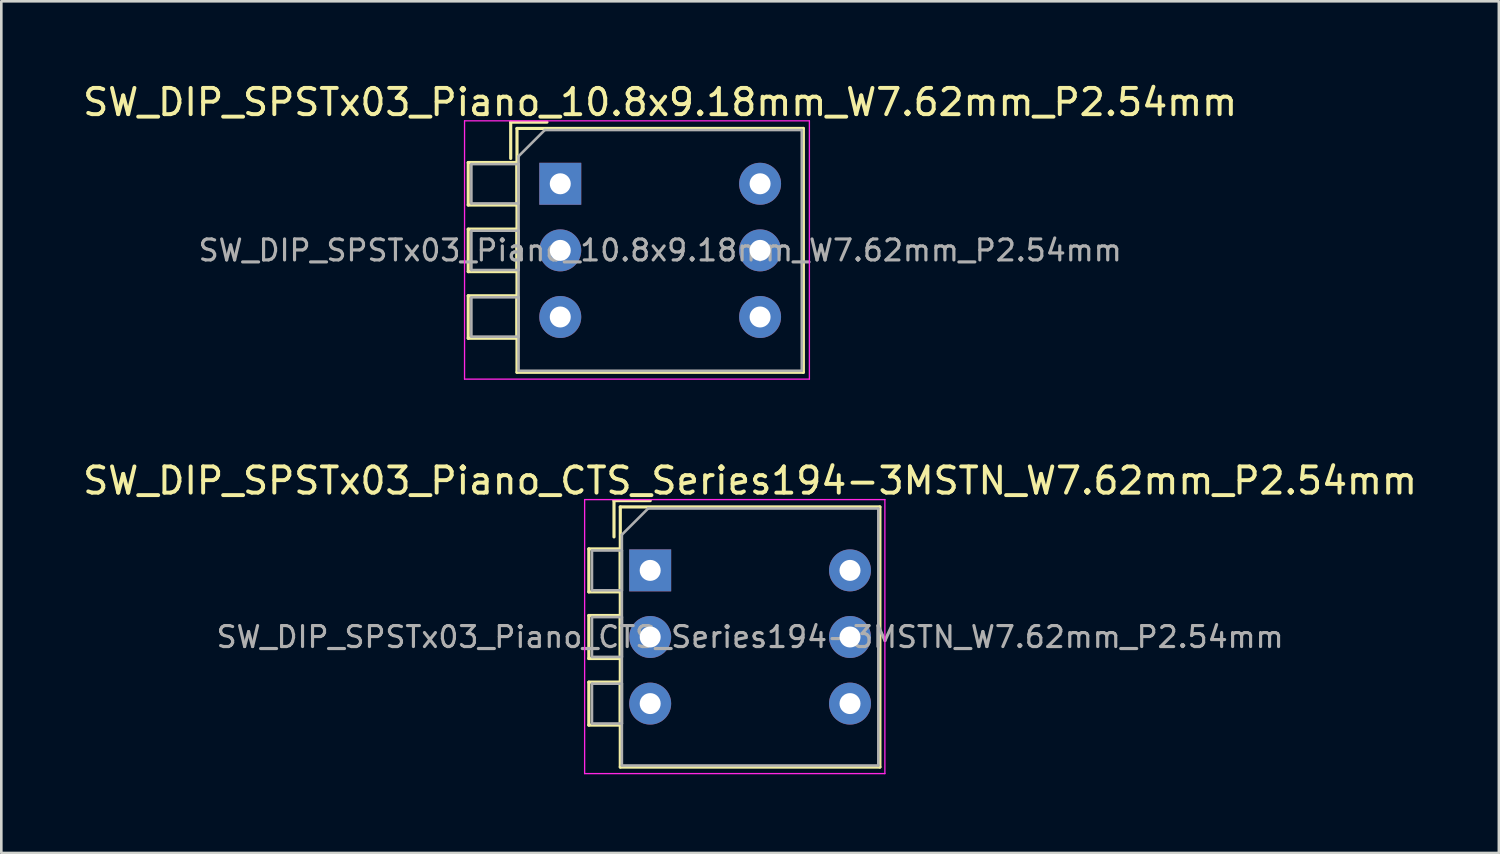
<source format=kicad_pcb>
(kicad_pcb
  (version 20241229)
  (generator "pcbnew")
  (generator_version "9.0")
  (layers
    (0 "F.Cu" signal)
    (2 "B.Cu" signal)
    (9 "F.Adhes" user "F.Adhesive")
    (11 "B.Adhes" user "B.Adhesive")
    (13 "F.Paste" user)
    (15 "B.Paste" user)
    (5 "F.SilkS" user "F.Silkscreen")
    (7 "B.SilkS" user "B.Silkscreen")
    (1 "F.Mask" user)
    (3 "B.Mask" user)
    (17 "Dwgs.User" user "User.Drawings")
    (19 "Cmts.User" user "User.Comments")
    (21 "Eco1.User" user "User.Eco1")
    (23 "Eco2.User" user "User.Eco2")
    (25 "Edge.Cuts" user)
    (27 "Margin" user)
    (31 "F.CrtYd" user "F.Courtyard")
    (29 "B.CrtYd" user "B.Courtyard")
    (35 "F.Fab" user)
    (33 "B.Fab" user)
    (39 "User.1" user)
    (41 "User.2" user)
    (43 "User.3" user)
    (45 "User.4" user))
  (footprint "SW_DIP_SPSTx03_Piano_CTS_Series194-3MSTN_W7.62mm_P2.54mm"
    (layer "F.Cu")
    (at 21.744 18.701)
    (property "Reference" "SW_DIP_SPSTx03_Piano_CTS_Series194-3MSTN_W7.62mm_P2.54mm" (at 3.81 -3.42 0) (layer "F.SilkS") (effects (font (size 1 1) (thickness 0.15))))
    (attr through_hole)
    (fp_line (start -2.34 -0.82) (end -2.34 0.82) (stroke (width 0.12) (type solid)) (layer "F.SilkS"))
    (fp_line (start -2.34 -0.82) (end -1.14 -0.82) (stroke (width 0.12) (type solid)) (layer "F.SilkS"))
    (fp_line (start -2.34 0.82) (end -1.14 0.82) (stroke (width 0.12) (type solid)) (layer "F.SilkS"))
    (fp_line (start -2.34 1.72) (end -2.34 3.361) (stroke (width 0.12) (type solid)) (layer "F.SilkS"))
    (fp_line (start -2.34 1.72) (end -1.14 1.72) (stroke (width 0.12) (type solid)) (layer "F.SilkS"))
    (fp_line (start -2.34 3.361) (end -1.14 3.361) (stroke (width 0.12) (type solid)) (layer "F.SilkS"))
    (fp_line (start -2.34 4.261) (end -2.34 5.9) (stroke (width 0.12) (type solid)) (layer "F.SilkS"))
    (fp_line (start -2.34 4.261) (end -1.14 4.261) (stroke (width 0.12) (type solid)) (layer "F.SilkS"))
    (fp_line (start -2.34 5.9) (end -1.14 5.9) (stroke (width 0.12) (type solid)) (layer "F.SilkS"))
    (fp_line (start -1.38 -2.66) (end -1.38 -1.277) (stroke (width 0.12) (type solid)) (layer "F.SilkS"))
    (fp_line (start -1.38 -2.66) (end 0.004 -2.66) (stroke (width 0.12) (type solid)) (layer "F.SilkS"))
    (fp_line (start -1.14 -2.42) (end -1.14 7.5) (stroke (width 0.12) (type solid)) (layer "F.SilkS"))
    (fp_line (start -1.14 -2.42) (end 8.76 -2.42) (stroke (width 0.12) (type solid)) (layer "F.SilkS"))
    (fp_line (start -1.14 -0.82) (end -1.14 0.82) (stroke (width 0.12) (type solid)) (layer "F.SilkS"))
    (fp_line (start -1.14 1.72) (end -1.14 3.361) (stroke (width 0.12) (type solid)) (layer "F.SilkS"))
    (fp_line (start -1.14 4.261) (end -1.14 5.9) (stroke (width 0.12) (type solid)) (layer "F.SilkS"))
    (fp_line (start -1.14 7.5) (end 8.76 7.5) (stroke (width 0.12) (type solid)) (layer "F.SilkS"))
    (fp_line (start 8.76 -2.42) (end 8.76 7.5) (stroke (width 0.12) (type solid)) (layer "F.SilkS"))
    (fp_line (start -2.5 -2.7) (end -2.5 7.75) (stroke (width 0.05) (type solid)) (layer "F.CrtYd"))
    (fp_line (start -2.5 7.75) (end 8.95 7.75) (stroke (width 0.05) (type solid)) (layer "F.CrtYd"))
    (fp_line (start 8.95 -2.7) (end -2.5 -2.7) (stroke (width 0.05) (type solid)) (layer "F.CrtYd"))
    (fp_line (start 8.95 7.75) (end 8.95 -2.7) (stroke (width 0.05) (type solid)) (layer "F.CrtYd"))
    (fp_line (start -2.22 -0.76) (end -1.08 -0.76) (stroke (width 0.1) (type solid)) (layer "F.Fab"))
    (fp_line (start -2.22 0.76) (end -2.22 -0.76) (stroke (width 0.1) (type solid)) (layer "F.Fab"))
    (fp_line (start -2.22 1.78) (end -1.08 1.78) (stroke (width 0.1) (type solid)) (layer "F.Fab"))
    (fp_line (start -2.22 3.3) (end -2.22 1.78) (stroke (width 0.1) (type solid)) (layer "F.Fab"))
    (fp_line (start -2.22 4.32) (end -1.08 4.32) (stroke (width 0.1) (type solid)) (layer "F.Fab"))
    (fp_line (start -2.22 5.84) (end -2.22 4.32) (stroke (width 0.1) (type solid)) (layer "F.Fab"))
    (fp_line (start -1.08 -1.36) (end -0.08 -2.36) (stroke (width 0.1) (type solid)) (layer "F.Fab"))
    (fp_line (start -1.08 -0.76) (end -1.08 0.76) (stroke (width 0.1) (type solid)) (layer "F.Fab"))
    (fp_line (start -1.08 0.76) (end -2.22 0.76) (stroke (width 0.1) (type solid)) (layer "F.Fab"))
    (fp_line (start -1.08 1.78) (end -1.08 3.3) (stroke (width 0.1) (type solid)) (layer "F.Fab"))
    (fp_line (start -1.08 3.3) (end -2.22 3.3) (stroke (width 0.1) (type solid)) (layer "F.Fab"))
    (fp_line (start -1.08 4.32) (end -1.08 5.84) (stroke (width 0.1) (type solid)) (layer "F.Fab"))
    (fp_line (start -1.08 5.84) (end -2.22 5.84) (stroke (width 0.1) (type solid)) (layer "F.Fab"))
    (fp_line (start -1.08 7.44) (end -1.08 -1.36) (stroke (width 0.1) (type solid)) (layer "F.Fab"))
    (fp_line (start -0.08 -2.36) (end 8.7 -2.36) (stroke (width 0.1) (type solid)) (layer "F.Fab"))
    (fp_line (start 8.7 -2.36) (end 8.7 7.44) (stroke (width 0.1) (type solid)) (layer "F.Fab"))
    (fp_line (start 8.7 7.44) (end -1.08 7.44) (stroke (width 0.1) (type solid)) (layer "F.Fab"))
    (fp_text user "${REFERENCE}" (at 3.81 2.54 0) (layer "F.Fab") (effects (font (size 0.8 0.8) (thickness 0.12))))
    (pad "1" thru_hole rect (at 0 0) (size 1.6 1.6) (drill 0.8) (layers "*.Cu" "*.Mask"))
    (pad "2" thru_hole oval (at 0 2.54) (size 1.6 1.6) (drill 0.8) (layers "*.Cu" "*.Mask"))
    (pad "3" thru_hole oval (at 0 5.08) (size 1.6 1.6) (drill 0.8) (layers "*.Cu" "*.Mask"))
    (pad "4" thru_hole oval (at 7.62 5.08) (size 1.6 1.6) (drill 0.8) (layers "*.Cu" "*.Mask"))
    (pad "5" thru_hole oval (at 7.62 2.54) (size 1.6 1.6) (drill 0.8) (layers "*.Cu" "*.Mask"))
    (pad "6" thru_hole oval (at 7.62 0) (size 1.6 1.6) (drill 0.8) (layers "*.Cu" "*.Mask")))
  (footprint "SW_DIP_SPSTx03_Piano_10.8x9.18mm_W7.62mm_P2.54mm"
    (layer "F.Cu")
    (at 18.315 3.958)
    (property "Reference" "SW_DIP_SPSTx03_Piano_10.8x9.18mm_W7.62mm_P2.54mm" (at 3.81 -3.11 0) (layer "F.SilkS") (effects (font (size 1 1) (thickness 0.15))))
    (attr through_hole)
    (fp_line (start -3.51 -0.81) (end -3.51 0.81) (stroke (width 0.12) (type solid)) (layer "F.SilkS"))
    (fp_line (start -3.51 -0.81) (end -1.65 -0.81) (stroke (width 0.12) (type solid)) (layer "F.SilkS"))
    (fp_line (start -3.51 0.81) (end -1.65 0.81) (stroke (width 0.12) (type solid)) (layer "F.SilkS"))
    (fp_line (start -3.51 1.73) (end -3.51 3.35) (stroke (width 0.12) (type solid)) (layer "F.SilkS"))
    (fp_line (start -3.51 1.73) (end -1.65 1.73) (stroke (width 0.12) (type solid)) (layer "F.SilkS"))
    (fp_line (start -3.51 3.35) (end -1.65 3.35) (stroke (width 0.12) (type solid)) (layer "F.SilkS"))
    (fp_line (start -3.51 4.27) (end -3.51 5.89) (stroke (width 0.12) (type solid)) (layer "F.SilkS"))
    (fp_line (start -3.51 4.27) (end -1.65 4.27) (stroke (width 0.12) (type solid)) (layer "F.SilkS"))
    (fp_line (start -3.51 5.89) (end -1.65 5.89) (stroke (width 0.12) (type solid)) (layer "F.SilkS"))
    (fp_line (start -1.89 -2.35) (end -1.89 -0.967) (stroke (width 0.12) (type solid)) (layer "F.SilkS"))
    (fp_line (start -1.89 -2.35) (end -0.507 -2.35) (stroke (width 0.12) (type solid)) (layer "F.SilkS"))
    (fp_line (start -1.65 -2.11) (end -1.65 7.19) (stroke (width 0.12) (type solid)) (layer "F.SilkS"))
    (fp_line (start -1.65 -2.11) (end 9.27 -2.11) (stroke (width 0.12) (type solid)) (layer "F.SilkS"))
    (fp_line (start -1.65 -0.81) (end -1.65 0.81) (stroke (width 0.12) (type solid)) (layer "F.SilkS"))
    (fp_line (start -1.65 1.73) (end -1.65 3.35) (stroke (width 0.12) (type solid)) (layer "F.SilkS"))
    (fp_line (start -1.65 4.27) (end -1.65 5.89) (stroke (width 0.12) (type solid)) (layer "F.SilkS"))
    (fp_line (start -1.65 7.19) (end 9.27 7.19) (stroke (width 0.12) (type solid)) (layer "F.SilkS"))
    (fp_line (start 9.27 -2.11) (end 9.27 7.19) (stroke (width 0.12) (type solid)) (layer "F.SilkS"))
    (fp_line (start -3.65 -2.4) (end -3.65 7.45) (stroke (width 0.05) (type solid)) (layer "F.CrtYd"))
    (fp_line (start -3.65 7.45) (end 9.5 7.45) (stroke (width 0.05) (type solid)) (layer "F.CrtYd"))
    (fp_line (start 9.5 -2.4) (end -3.65 -2.4) (stroke (width 0.05) (type solid)) (layer "F.CrtYd"))
    (fp_line (start 9.5 7.45) (end 9.5 -2.4) (stroke (width 0.05) (type solid)) (layer "F.CrtYd"))
    (fp_line (start -3.39 -0.75) (end -1.59 -0.75) (stroke (width 0.1) (type solid)) (layer "F.Fab"))
    (fp_line (start -3.39 0.75) (end -3.39 -0.75) (stroke (width 0.1) (type solid)) (layer "F.Fab"))
    (fp_line (start -3.39 1.79) (end -1.59 1.79) (stroke (width 0.1) (type solid)) (layer "F.Fab"))
    (fp_line (start -3.39 3.29) (end -3.39 1.79) (stroke (width 0.1) (type solid)) (layer "F.Fab"))
    (fp_line (start -3.39 4.33) (end -1.59 4.33) (stroke (width 0.1) (type solid)) (layer "F.Fab"))
    (fp_line (start -3.39 5.83) (end -3.39 4.33) (stroke (width 0.1) (type solid)) (layer "F.Fab"))
    (fp_line (start -1.59 -1.05) (end -0.59 -2.05) (stroke (width 0.1) (type solid)) (layer "F.Fab"))
    (fp_line (start -1.59 -0.75) (end -1.59 0.75) (stroke (width 0.1) (type solid)) (layer "F.Fab"))
    (fp_line (start -1.59 0.75) (end -3.39 0.75) (stroke (width 0.1) (type solid)) (layer "F.Fab"))
    (fp_line (start -1.59 1.79) (end -1.59 3.29) (stroke (width 0.1) (type solid)) (layer "F.Fab"))
    (fp_line (start -1.59 3.29) (end -3.39 3.29) (stroke (width 0.1) (type solid)) (layer "F.Fab"))
    (fp_line (start -1.59 4.33) (end -1.59 5.83) (stroke (width 0.1) (type solid)) (layer "F.Fab"))
    (fp_line (start -1.59 5.83) (end -3.39 5.83) (stroke (width 0.1) (type solid)) (layer "F.Fab"))
    (fp_line (start -1.59 7.13) (end -1.59 -1.05) (stroke (width 0.1) (type solid)) (layer "F.Fab"))
    (fp_line (start -0.59 -2.05) (end 9.21 -2.05) (stroke (width 0.1) (type solid)) (layer "F.Fab"))
    (fp_line (start 9.21 -2.05) (end 9.21 7.13) (stroke (width 0.1) (type solid)) (layer "F.Fab"))
    (fp_line (start 9.21 7.13) (end -1.59 7.13) (stroke (width 0.1) (type solid)) (layer "F.Fab"))
    (fp_text user "${REFERENCE}" (at 3.81 2.54 0) (layer "F.Fab") (effects (font (size 0.8 0.8) (thickness 0.12))))
    (pad "1" thru_hole rect (at 0 0) (size 1.6 1.6) (drill 0.8) (layers "*.Cu" "*.Mask"))
    (pad "2" thru_hole oval (at 0 2.54) (size 1.6 1.6) (drill 0.8) (layers "*.Cu" "*.Mask"))
    (pad "3" thru_hole oval (at 0 5.08) (size 1.6 1.6) (drill 0.8) (layers "*.Cu" "*.Mask"))
    (pad "4" thru_hole oval (at 7.62 5.08) (size 1.6 1.6) (drill 0.8) (layers "*.Cu" "*.Mask"))
    (pad "5" thru_hole oval (at 7.62 2.54) (size 1.6 1.6) (drill 0.8) (layers "*.Cu" "*.Mask"))
    (pad "6" thru_hole oval (at 7.62 0) (size 1.6 1.6) (drill 0.8) (layers "*.Cu" "*.Mask")))
  (gr_rect
    (start -3 -3)
    (end 54.107 29.477)
    (stroke (width 0.1) (type default))
    (fill no)
    (layer "Edge.Cuts")))
</source>
